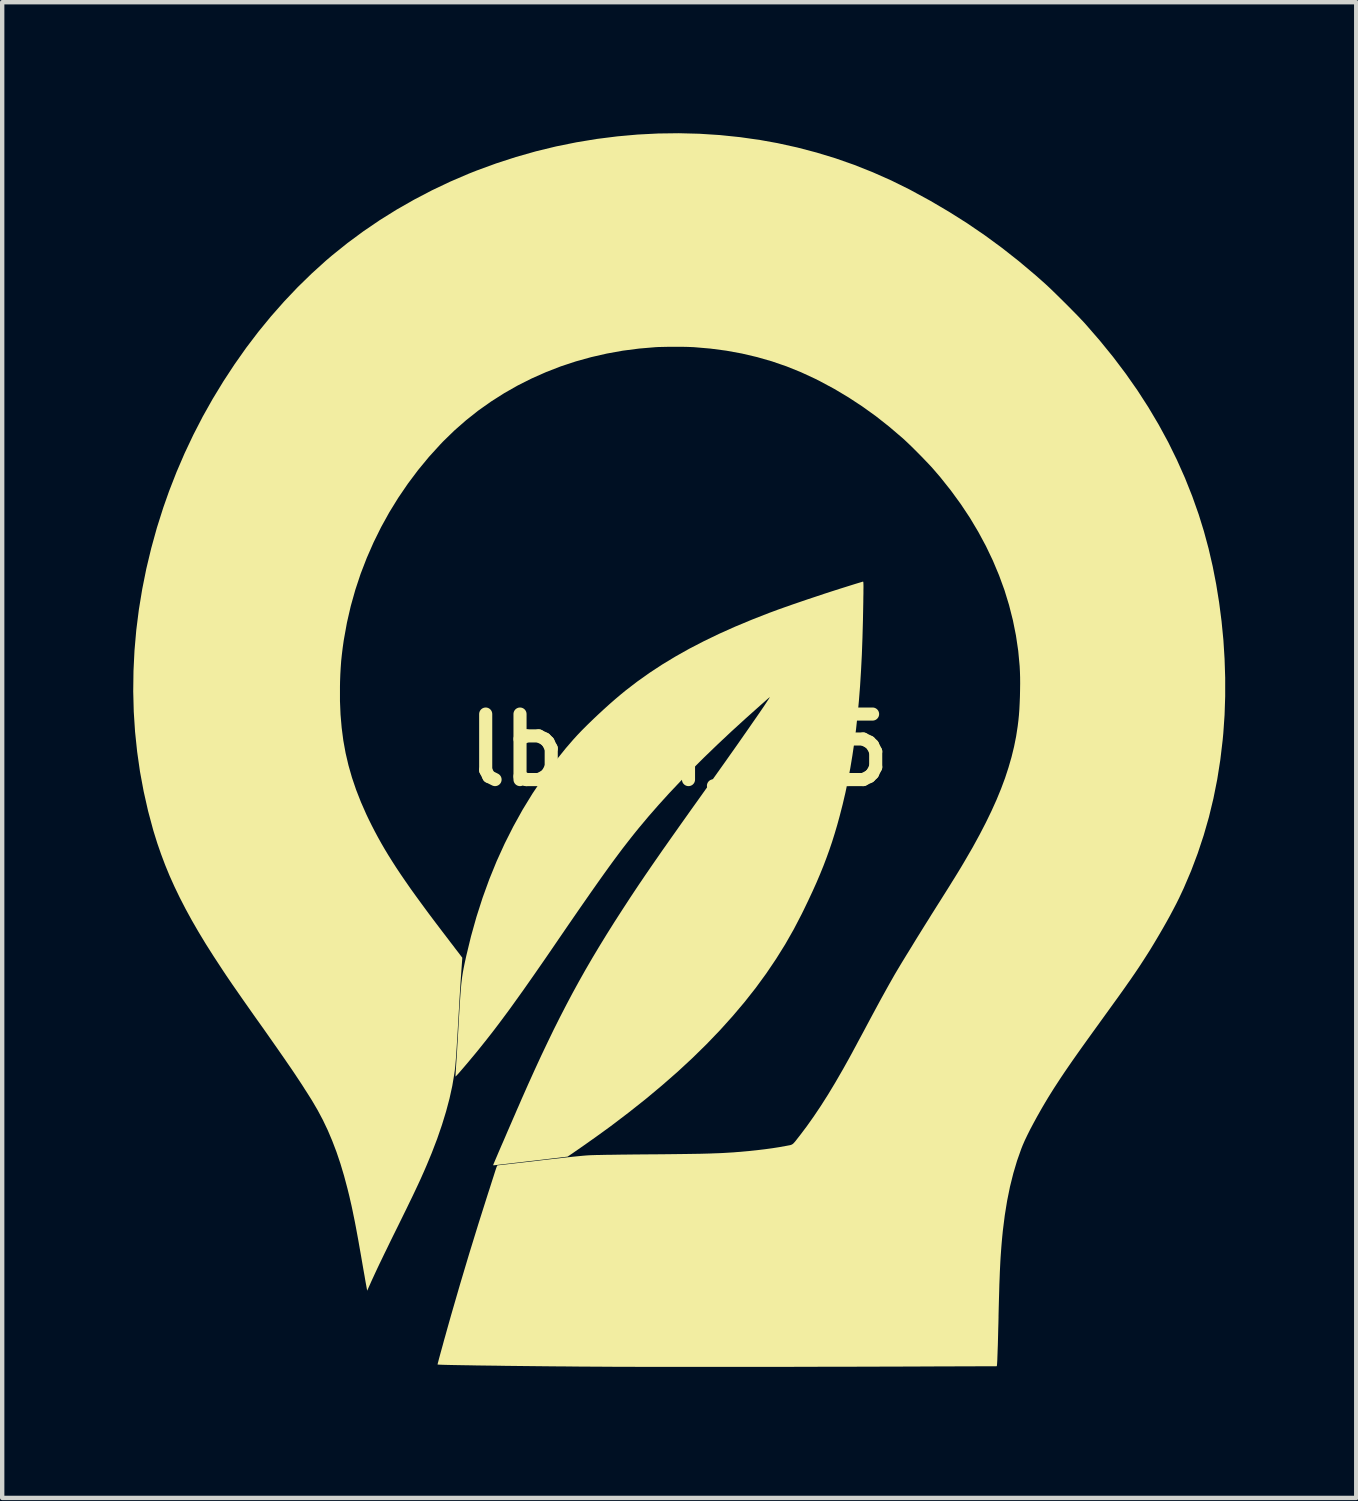
<source format=kicad_pcb>
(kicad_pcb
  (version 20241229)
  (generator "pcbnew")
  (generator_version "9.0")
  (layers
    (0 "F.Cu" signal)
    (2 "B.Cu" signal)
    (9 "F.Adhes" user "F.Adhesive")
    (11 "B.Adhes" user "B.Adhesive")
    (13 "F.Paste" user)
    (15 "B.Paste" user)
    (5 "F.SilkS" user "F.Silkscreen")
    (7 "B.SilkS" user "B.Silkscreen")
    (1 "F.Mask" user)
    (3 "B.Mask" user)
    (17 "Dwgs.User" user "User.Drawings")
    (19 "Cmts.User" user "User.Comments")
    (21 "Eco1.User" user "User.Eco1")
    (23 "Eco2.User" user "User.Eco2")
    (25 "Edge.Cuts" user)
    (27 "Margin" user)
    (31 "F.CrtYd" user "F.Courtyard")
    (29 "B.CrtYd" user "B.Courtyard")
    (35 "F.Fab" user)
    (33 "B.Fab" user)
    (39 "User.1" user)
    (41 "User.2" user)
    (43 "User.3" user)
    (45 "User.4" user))
  (footprint "lb_gr_25"
    (layer "F.Cu")
    (at 12.498 14.119)
    (property "Reference" "lb_gr_25" (at 0 0 0) (layer "F.SilkS") (effects (font (size 1.5 1.5) (thickness 0.3))))
    (attr board_only exclude_from_pos_files exclude_from_bom)
    (fp_poly (pts (xy 4.212 -3.852) (xy 4.215 -3.847) (xy 4.217 -3.837) (xy 4.218 -3.821) (xy 4.219 -3.796) (xy 4.22 -3.761) (xy 4.22 -3.716) (xy 4.219 -3.658) (xy 4.219 -3.585) (xy 4.217 -3.498) (xy 4.216 -3.393) (xy 4.216 -3.389) (xy 4.208 -2.971) (xy 4.197 -2.57) (xy 4.183 -2.186) (xy 4.164 -1.817) (xy 4.142 -1.462) (xy 4.115 -1.121) (xy 4.084 -0.792) (xy 4.05 -0.474) (xy 4.01 -0.167) (xy 3.966 0.13) (xy 3.918 0.419) (xy 3.865 0.701) (xy 3.807 0.976) (xy 3.744 1.245) (xy 3.676 1.51) (xy 3.619 1.718) (xy 3.561 1.914) (xy 3.502 2.102) (xy 3.439 2.288) (xy 3.373 2.471) (xy 3.303 2.655) (xy 3.227 2.842) (xy 3.145 3.035) (xy 3.055 3.235) (xy 2.957 3.445) (xy 2.85 3.667) (xy 2.801 3.766) (xy 2.623 4.108) (xy 2.43 4.447) (xy 2.221 4.782) (xy 1.997 5.114) (xy 1.757 5.443) (xy 1.5 5.769) (xy 1.227 6.092) (xy 0.938 6.413) (xy 0.631 6.733) (xy 0.308 7.05) (xy -0.033 7.366) (xy -0.392 7.68) (xy -0.768 7.994) (xy -1.162 8.306) (xy -1.574 8.619) (xy -1.919 8.869) (xy -1.983 8.914) (xy -2.051 8.962) (xy -2.12 9.011) (xy -2.191 9.061) (xy -2.26 9.109) (xy -2.325 9.154) (xy -2.386 9.196) (xy -2.44 9.234) (xy -2.486 9.265) (xy -2.522 9.289) (xy -2.546 9.305) (xy -2.556 9.311) (xy -2.567 9.312) (xy -2.594 9.315) (xy -2.636 9.321) (xy -2.692 9.327) (xy -2.76 9.336) (xy -2.839 9.345) (xy -2.927 9.355) (xy -3.022 9.367) (xy -3.122 9.379) (xy -3.228 9.391) (xy -3.335 9.404) (xy -3.444 9.416) (xy -3.552 9.429) (xy -3.658 9.442) (xy -3.76 9.453) (xy -3.857 9.465) (xy -3.947 9.475) (xy -4.028 9.485) (xy -4.099 9.493) (xy -4.159 9.5) (xy -4.205 9.505) (xy -4.236 9.508) (xy -4.251 9.51) (xy -4.252 9.51) (xy -4.256 9.503) (xy -4.254 9.494) (xy -4.25 9.482) (xy -4.238 9.455) (xy -4.221 9.414) (xy -4.198 9.36) (xy -4.17 9.295) (xy -4.138 9.219) (xy -4.102 9.136) (xy -4.063 9.045) (xy -4.021 8.95) (xy -3.978 8.85) (xy -3.934 8.747) (xy -3.889 8.643) (xy -3.844 8.54) (xy -3.8 8.438) (xy -3.757 8.34) (xy -3.717 8.246) (xy -3.678 8.158) (xy -3.643 8.078) (xy -3.614 8.01) (xy -3.459 7.66) (xy -3.308 7.326) (xy -3.161 7.007) (xy -3.015 6.7) (xy -2.872 6.404) (xy -2.728 6.117) (xy -2.584 5.838) (xy -2.439 5.564) (xy -2.291 5.294) (xy -2.14 5.026) (xy -1.984 4.758) (xy -1.823 4.489) (xy -1.656 4.217) (xy -1.482 3.94) (xy -1.299 3.656) (xy -1.114 3.372) (xy -1.047 3.271) (xy -0.981 3.172) (xy -0.915 3.073) (xy -0.847 2.973) (xy -0.778 2.871) (xy -0.706 2.766) (xy -0.632 2.658) (xy -0.554 2.545) (xy -0.471 2.426) (xy -0.384 2.3) (xy -0.29 2.167) (xy -0.191 2.026) (xy -0.084 1.875) (xy 0.03 1.713) (xy 0.153 1.54) (xy 0.284 1.355) (xy 0.426 1.157) (xy 0.553 0.978) (xy 0.684 0.794) (xy 0.812 0.613) (xy 0.937 0.437) (xy 1.058 0.267) (xy 1.174 0.102) (xy 1.286 -0.056) (xy 1.392 -0.207) (xy 1.492 -0.351) (xy 1.586 -0.485) (xy 1.673 -0.611) (xy 1.753 -0.726) (xy 1.826 -0.831) (xy 1.89 -0.925) (xy 1.946 -1.007) (xy 1.992 -1.077) (xy 2.029 -1.133) (xy 2.057 -1.175) (xy 2.072 -1.202) (xy 2.075 -1.206) (xy 2.075 -1.208) (xy 2.072 -1.207) (xy 2.065 -1.202) (xy 2.051 -1.19) (xy 2.03 -1.172) (xy 2 -1.146) (xy 1.96 -1.11) (xy 1.908 -1.064) (xy 1.868 -1.029) (xy 1.522 -0.72) (xy 1.192 -0.419) (xy 0.879 -0.125) (xy 0.58 0.163) (xy 0.296 0.445) (xy 0.027 0.721) (xy -0.229 0.992) (xy -0.471 1.259) (xy -0.701 1.522) (xy -0.918 1.781) (xy -0.928 1.793) (xy -1.001 1.883) (xy -1.074 1.974) (xy -1.147 2.067) (xy -1.221 2.162) (xy -1.297 2.26) (xy -1.374 2.363) (xy -1.454 2.47) (xy -1.538 2.584) (xy -1.625 2.704) (xy -1.717 2.832) (xy -1.814 2.968) (xy -1.917 3.114) (xy -2.026 3.269) (xy -2.142 3.436) (xy -2.266 3.614) (xy -2.398 3.805) (xy -2.539 4.01) (xy -2.689 4.229) (xy -2.753 4.322) (xy -2.908 4.549) (xy -3.054 4.762) (xy -3.192 4.961) (xy -3.321 5.147) (xy -3.443 5.321) (xy -3.558 5.485) (xy -3.668 5.639) (xy -3.772 5.784) (xy -3.871 5.922) (xy -3.967 6.052) (xy -4.06 6.177) (xy -4.15 6.297) (xy -4.238 6.413) (xy -4.325 6.525) (xy -4.412 6.636) (xy -4.5 6.746) (xy -4.588 6.856) (xy -4.595 6.865) (xy -4.65 6.932) (xy -4.707 7.001) (xy -4.765 7.07) (xy -4.822 7.139) (xy -4.878 7.205) (xy -4.931 7.267) (xy -4.98 7.324) (xy -5.023 7.374) (xy -5.06 7.416) (xy -5.089 7.447) (xy -5.109 7.468) (xy -5.119 7.476) (xy -5.12 7.476) (xy -5.12 7.467) (xy -5.119 7.44) (xy -5.117 7.401) (xy -5.114 7.349) (xy -5.11 7.288) (xy -5.106 7.221) (xy -5.105 7.204) (xy -5.1 7.133) (xy -5.094 7.049) (xy -5.088 6.953) (xy -5.082 6.85) (xy -5.076 6.744) (xy -5.069 6.638) (xy -5.064 6.537) (xy -5.062 6.515) (xy -5.052 6.335) (xy -5.043 6.173) (xy -5.034 6.026) (xy -5.026 5.894) (xy -5.019 5.775) (xy -5.012 5.669) (xy -5.005 5.573) (xy -4.998 5.487) (xy -4.992 5.409) (xy -4.985 5.338) (xy -4.977 5.273) (xy -4.97 5.212) (xy -4.961 5.154) (xy -4.952 5.097) (xy -4.942 5.041) (xy -4.931 4.984) (xy -4.919 4.925) (xy -4.906 4.863) (xy -4.891 4.796) (xy -4.875 4.722) (xy -4.765 4.267) (xy -4.64 3.821) (xy -4.5 3.385) (xy -4.346 2.96) (xy -4.177 2.545) (xy -3.993 2.141) (xy -3.795 1.749) (xy -3.583 1.367) (xy -3.357 0.998) (xy -3.117 0.64) (xy -2.863 0.295) (xy -2.595 -0.039) (xy -2.423 -0.238) (xy -2.331 -0.339) (xy -2.226 -0.449) (xy -2.11 -0.565) (xy -1.987 -0.685) (xy -1.857 -0.808) (xy -1.724 -0.931) (xy -1.591 -1.051) (xy -1.458 -1.167) (xy -1.329 -1.276) (xy -1.22 -1.365) (xy -0.957 -1.567) (xy -0.681 -1.763) (xy -0.392 -1.953) (xy -0.088 -2.137) (xy 0.23 -2.316) (xy 0.564 -2.489) (xy 0.914 -2.658) (xy 1.28 -2.822) (xy 1.664 -2.982) (xy 2.065 -3.139) (xy 2.128 -3.162) (xy 2.265 -3.213) (xy 2.417 -3.267) (xy 2.582 -3.325) (xy 2.757 -3.385) (xy 2.938 -3.447) (xy 3.125 -3.509) (xy 3.313 -3.572) (xy 3.501 -3.633) (xy 3.685 -3.692) (xy 3.864 -3.748) (xy 4.033 -3.801) (xy 4.192 -3.849) (xy 4.205 -3.853) (xy 4.209 -3.854)) (stroke (width 0) (type solid)) (fill yes) (layer "F.SilkS"))
    (fp_poly (pts (xy 0.463 -14.107) (xy 0.931 -14.077) (xy 1.396 -14.029) (xy 1.859 -13.963) (xy 2.254 -13.892) (xy 2.703 -13.793) (xy 3.145 -13.677) (xy 3.582 -13.544) (xy 4.013 -13.393) (xy 4.437 -13.224) (xy 4.856 -13.038) (xy 5.269 -12.834) (xy 5.308 -12.813) (xy 5.751 -12.572) (xy 6.179 -12.32) (xy 6.594 -12.058) (xy 6.998 -11.782) (xy 7.392 -11.493) (xy 7.778 -11.189) (xy 8.158 -10.869) (xy 8.387 -10.666) (xy 8.441 -10.616) (xy 8.505 -10.556) (xy 8.577 -10.486) (xy 8.656 -10.409) (xy 8.739 -10.327) (xy 8.824 -10.243) (xy 8.91 -10.157) (xy 8.994 -10.072) (xy 9.074 -9.991) (xy 9.148 -9.915) (xy 9.214 -9.845) (xy 9.27 -9.786) (xy 9.305 -9.747) (xy 9.628 -9.375) (xy 9.934 -8.999) (xy 10.221 -8.619) (xy 10.491 -8.234) (xy 10.743 -7.844) (xy 10.978 -7.448) (xy 11.196 -7.047) (xy 11.396 -6.64) (xy 11.58 -6.227) (xy 11.747 -5.808) (xy 11.894 -5.393) (xy 12.013 -5.009) (xy 12.12 -4.614) (xy 12.214 -4.208) (xy 12.295 -3.793) (xy 12.363 -3.371) (xy 12.418 -2.945) (xy 12.46 -2.515) (xy 12.487 -2.084) (xy 12.501 -1.654) (xy 12.501 -1.225) (xy 12.487 -0.801) (xy 12.458 -0.383) (xy 12.443 -0.224) (xy 12.389 0.23) (xy 12.319 0.674) (xy 12.232 1.109) (xy 12.129 1.536) (xy 12.009 1.954) (xy 11.873 2.365) (xy 11.721 2.768) (xy 11.552 3.164) (xy 11.447 3.388) (xy 11.385 3.513) (xy 11.313 3.651) (xy 11.235 3.798) (xy 11.15 3.951) (xy 11.06 4.109) (xy 10.968 4.267) (xy 10.875 4.423) (xy 10.783 4.575) (xy 10.694 4.715) (xy 10.646 4.79) (xy 10.598 4.864) (xy 10.55 4.938) (xy 10.5 5.013) (xy 10.448 5.09) (xy 10.393 5.17) (xy 10.335 5.255) (xy 10.271 5.345) (xy 10.203 5.443) (xy 10.128 5.548) (xy 10.047 5.662) (xy 9.957 5.786) (xy 9.859 5.922) (xy 9.752 6.07) (xy 9.635 6.232) (xy 9.611 6.266) (xy 9.469 6.462) (xy 9.338 6.644) (xy 9.217 6.813) (xy 9.105 6.971) (xy 9.001 7.119) (xy 8.905 7.258) (xy 8.816 7.388) (xy 8.733 7.512) (xy 8.656 7.63) (xy 8.583 7.742) (xy 8.514 7.852) (xy 8.448 7.958) (xy 8.385 8.063) (xy 8.323 8.168) (xy 8.288 8.229) (xy 8.198 8.388) (xy 8.115 8.54) (xy 8.039 8.683) (xy 7.972 8.817) (xy 7.914 8.938) (xy 7.866 9.048) (xy 7.834 9.128) (xy 7.736 9.405) (xy 7.65 9.695) (xy 7.574 10) (xy 7.509 10.32) (xy 7.455 10.654) (xy 7.411 11.003) (xy 7.396 11.154) (xy 7.386 11.263) (xy 7.377 11.372) (xy 7.369 11.481) (xy 7.361 11.592) (xy 7.354 11.707) (xy 7.348 11.827) (xy 7.342 11.954) (xy 7.337 12.09) (xy 7.331 12.236) (xy 7.327 12.393) (xy 7.322 12.565) (xy 7.317 12.751) (xy 7.312 12.955) (xy 7.312 12.989) (xy 7.309 13.126) (xy 7.305 13.26) (xy 7.302 13.388) (xy 7.299 13.51) (xy 7.296 13.623) (xy 7.292 13.727) (xy 7.289 13.819) (xy 7.286 13.899) (xy 7.284 13.965) (xy 7.281 14.015) (xy 7.279 14.048) (xy 7.279 14.052) (xy 7.273 14.109) (xy 5.725 14.114) (xy 5.38 14.116) (xy 5.032 14.117) (xy 4.681 14.118) (xy 4.329 14.119) (xy 3.977 14.12) (xy 3.625 14.121) (xy 3.274 14.121) (xy 2.926 14.122) (xy 2.581 14.123) (xy 2.24 14.123) (xy 1.904 14.123) (xy 1.574 14.124) (xy 1.251 14.124) (xy 0.936 14.124) (xy 0.629 14.124) (xy 0.332 14.124) (xy 0.046 14.124) (xy -0.229 14.124) (xy -0.491 14.124) (xy -0.74 14.123) (xy -0.975 14.123) (xy -1.195 14.122) (xy -1.398 14.122) (xy -1.585 14.121) (xy -1.714 14.12) (xy -1.896 14.119) (xy -2.082 14.118) (xy -2.272 14.117) (xy -2.464 14.115) (xy -2.658 14.113) (xy -2.852 14.112) (xy -3.047 14.11) (xy -3.24 14.108) (xy -3.432 14.106) (xy -3.621 14.104) (xy -3.806 14.102) (xy -3.986 14.1) (xy -4.161 14.097) (xy -4.33 14.095) (xy -4.491 14.093) (xy -4.644 14.091) (xy -4.788 14.088) (xy -4.922 14.086) (xy -5.045 14.084) (xy -5.156 14.082) (xy -5.255 14.08) (xy -5.34 14.078) (xy -5.41 14.076) (xy -5.465 14.074) (xy -5.504 14.072) (xy -5.526 14.071) (xy -5.53 14.07) (xy -5.529 14.06) (xy -5.523 14.034) (xy -5.512 13.993) (xy -5.498 13.938) (xy -5.48 13.872) (xy -5.459 13.794) (xy -5.435 13.708) (xy -5.409 13.614) (xy -5.382 13.513) (xy -5.352 13.408) (xy -5.322 13.3) (xy -5.291 13.189) (xy -5.26 13.079) (xy -5.229 12.969) (xy -5.215 12.92) (xy -5.014 12.227) (xy -4.807 11.535) (xy -4.592 10.838) (xy -4.368 10.131) (xy -4.352 10.083) (xy -4.325 9.999) (xy -4.299 9.917) (xy -4.274 9.839) (xy -4.251 9.768) (xy -4.231 9.705) (xy -4.215 9.655) (xy -4.204 9.62) (xy -4.202 9.615) (xy -4.186 9.567) (xy -4.173 9.532) (xy -4.162 9.513) (xy -4.157 9.51) (xy -4.146 9.509) (xy -4.118 9.506) (xy -4.074 9.501) (xy -4.015 9.494) (xy -3.943 9.486) (xy -3.858 9.476) (xy -3.762 9.465) (xy -3.657 9.453) (xy -3.543 9.44) (xy -3.421 9.426) (xy -3.293 9.411) (xy -3.188 9.398) (xy -3.023 9.379) (xy -2.876 9.362) (xy -2.745 9.348) (xy -2.629 9.334) (xy -2.526 9.323) (xy -2.435 9.313) (xy -2.354 9.305) (xy -2.283 9.298) (xy -2.22 9.292) (xy -2.165 9.287) (xy -2.114 9.283) (xy -2.068 9.28) (xy -2.025 9.278) (xy -2.003 9.277) (xy -1.963 9.276) (xy -1.907 9.274) (xy -1.834 9.273) (xy -1.748 9.271) (xy -1.649 9.269) (xy -1.538 9.268) (xy -1.418 9.266) (xy -1.29 9.264) (xy -1.154 9.263) (xy -1.013 9.261) (xy -0.869 9.26) (xy -0.722 9.259) (xy -0.661 9.258) (xy -0.451 9.257) (xy -0.259 9.255) (xy -0.083 9.253) (xy 0.079 9.251) (xy 0.227 9.249) (xy 0.363 9.247) (xy 0.487 9.245) (xy 0.602 9.242) (xy 0.709 9.239) (xy 0.808 9.235) (xy 0.902 9.232) (xy 0.991 9.228) (xy 1.076 9.223) (xy 1.159 9.218) (xy 1.242 9.213) (xy 1.325 9.206) (xy 1.409 9.2) (xy 1.439 9.197) (xy 1.614 9.181) (xy 1.79 9.162) (xy 1.965 9.141) (xy 2.134 9.118) (xy 2.293 9.093) (xy 2.437 9.067) (xy 2.454 9.064) (xy 2.496 9.056) (xy 2.529 9.05) (xy 2.555 9.044) (xy 2.577 9.035) (xy 2.598 9.023) (xy 2.618 9.006) (xy 2.64 8.982) (xy 2.668 8.949) (xy 2.701 8.906) (xy 2.744 8.851) (xy 2.761 8.83) (xy 2.92 8.619) (xy 3.081 8.392) (xy 3.244 8.149) (xy 3.41 7.888) (xy 3.577 7.611) (xy 3.748 7.315) (xy 3.779 7.26) (xy 3.813 7.199) (xy 3.847 7.138) (xy 3.883 7.074) (xy 3.92 7.006) (xy 3.96 6.933) (xy 4.003 6.852) (xy 4.051 6.764) (xy 4.104 6.664) (xy 4.164 6.553) (xy 4.231 6.429) (xy 4.294 6.31) (xy 4.388 6.134) (xy 4.474 5.974) (xy 4.554 5.826) (xy 4.627 5.691) (xy 4.696 5.567) (xy 4.76 5.451) (xy 4.82 5.344) (xy 4.878 5.242) (xy 4.933 5.145) (xy 4.988 5.052) (xy 5.043 4.96) (xy 5.098 4.868) (xy 5.155 4.775) (xy 5.213 4.68) (xy 5.239 4.639) (xy 5.272 4.585) (xy 5.31 4.523) (xy 5.351 4.456) (xy 5.393 4.387) (xy 5.428 4.33) (xy 5.458 4.281) (xy 5.498 4.217) (xy 5.544 4.143) (xy 5.596 4.059) (xy 5.653 3.968) (xy 5.713 3.873) (xy 5.774 3.774) (xy 5.836 3.676) (xy 5.893 3.585) (xy 5.982 3.445) (xy 6.061 3.319) (xy 6.133 3.205) (xy 6.197 3.103) (xy 6.254 3.01) (xy 6.307 2.926) (xy 6.355 2.848) (xy 6.399 2.776) (xy 6.441 2.707) (xy 6.481 2.64) (xy 6.52 2.574) (xy 6.55 2.523) (xy 6.721 2.228) (xy 6.877 1.943) (xy 7.02 1.667) (xy 7.149 1.401) (xy 7.266 1.142) (xy 7.37 0.889) (xy 7.462 0.642) (xy 7.541 0.4) (xy 7.61 0.161) (xy 7.668 -0.076) (xy 7.715 -0.311) (xy 7.751 -0.545) (xy 7.767 -0.675) (xy 7.779 -0.795) (xy 7.789 -0.928) (xy 7.796 -1.071) (xy 7.802 -1.22) (xy 7.805 -1.371) (xy 7.807 -1.52) (xy 7.806 -1.662) (xy 7.802 -1.794) (xy 7.796 -1.912) (xy 7.796 -1.916) (xy 7.763 -2.269) (xy 7.711 -2.62) (xy 7.641 -2.969) (xy 7.553 -3.316) (xy 7.448 -3.659) (xy 7.324 -3.998) (xy 7.183 -4.334) (xy 7.025 -4.665) (xy 6.849 -4.992) (xy 6.657 -5.314) (xy 6.447 -5.63) (xy 6.221 -5.94) (xy 5.979 -6.244) (xy 5.814 -6.436) (xy 5.762 -6.494) (xy 5.698 -6.562) (xy 5.626 -6.637) (xy 5.549 -6.717) (xy 5.468 -6.799) (xy 5.387 -6.88) (xy 5.308 -6.958) (xy 5.233 -7.03) (xy 5.166 -7.093) (xy 5.108 -7.146) (xy 5.104 -7.149) (xy 4.805 -7.404) (xy 4.503 -7.642) (xy 4.195 -7.863) (xy 3.88 -8.07) (xy 3.557 -8.263) (xy 3.222 -8.443) (xy 3.111 -8.499) (xy 2.789 -8.648) (xy 2.46 -8.781) (xy 2.126 -8.896) (xy 1.784 -8.994) (xy 1.435 -9.076) (xy 1.078 -9.141) (xy 0.713 -9.189) (xy 0.34 -9.221) (xy 0.273 -9.224) (xy 0.191 -9.227) (xy 0.098 -9.229) (xy -0.002 -9.23) (xy -0.106 -9.23) (xy -0.21 -9.23) (xy -0.31 -9.228) (xy -0.403 -9.226) (xy -0.484 -9.224) (xy -0.54 -9.221) (xy -0.917 -9.189) (xy -1.288 -9.141) (xy -1.654 -9.075) (xy -2.013 -8.993) (xy -2.366 -8.895) (xy -2.711 -8.781) (xy -3.048 -8.65) (xy -3.377 -8.504) (xy -3.697 -8.343) (xy -4.008 -8.166) (xy -4.308 -7.975) (xy -4.599 -7.769) (xy -4.878 -7.548) (xy -5.146 -7.313) (xy -5.402 -7.064) (xy -5.464 -6.999) (xy -5.728 -6.709) (xy -5.977 -6.407) (xy -6.211 -6.095) (xy -6.431 -5.772) (xy -6.635 -5.441) (xy -6.823 -5.101) (xy -6.995 -4.753) (xy -7.151 -4.397) (xy -7.291 -4.035) (xy -7.413 -3.667) (xy -7.518 -3.294) (xy -7.605 -2.916) (xy -7.674 -2.534) (xy -7.679 -2.506) (xy -7.702 -2.343) (xy -7.721 -2.189) (xy -7.737 -2.039) (xy -7.748 -1.887) (xy -7.757 -1.73) (xy -7.763 -1.563) (xy -7.765 -1.444) (xy -7.765 -1.12) (xy -7.752 -0.809) (xy -7.726 -0.508) (xy -7.688 -0.215) (xy -7.636 0.071) (xy -7.57 0.353) (xy -7.49 0.633) (xy -7.395 0.913) (xy -7.285 1.194) (xy -7.159 1.48) (xy -7.103 1.597) (xy -7.036 1.732) (xy -6.967 1.866) (xy -6.895 2) (xy -6.82 2.135) (xy -6.741 2.271) (xy -6.657 2.41) (xy -6.568 2.552) (xy -6.473 2.7) (xy -6.371 2.853) (xy -6.262 3.012) (xy -6.146 3.179) (xy -6.02 3.354) (xy -5.885 3.539) (xy -5.741 3.735) (xy -5.586 3.941) (xy -5.42 4.16) (xy -5.286 4.335) (xy -5.231 4.408) (xy -5.178 4.476) (xy -5.13 4.54) (xy -5.086 4.597) (xy -5.049 4.645) (xy -5.02 4.683) (xy -5 4.71) (xy -4.99 4.723) (xy -4.964 4.757) (xy -4.987 5.077) (xy -4.993 5.161) (xy -5 5.258) (xy -5.007 5.366) (xy -5.014 5.479) (xy -5.021 5.593) (xy -5.028 5.703) (xy -5.034 5.806) (xy -5.034 5.812) (xy -5.045 6.002) (xy -5.055 6.174) (xy -5.064 6.33) (xy -5.072 6.471) (xy -5.08 6.597) (xy -5.087 6.71) (xy -5.093 6.81) (xy -5.099 6.899) (xy -5.104 6.978) (xy -5.109 7.048) (xy -5.114 7.11) (xy -5.119 7.165) (xy -5.123 7.214) (xy -5.127 7.258) (xy -5.132 7.298) (xy -5.136 7.335) (xy -5.141 7.37) (xy -5.146 7.405) (xy -5.147 7.414) (xy -5.194 7.693) (xy -5.257 7.98) (xy -5.336 8.277) (xy -5.43 8.584) (xy -5.539 8.901) (xy -5.664 9.227) (xy -5.778 9.502) (xy -5.812 9.581) (xy -5.845 9.657) (xy -5.879 9.733) (xy -5.913 9.81) (xy -5.949 9.888) (xy -5.987 9.97) (xy -6.028 10.057) (xy -6.072 10.15) (xy -6.12 10.251) (xy -6.174 10.361) (xy -6.232 10.482) (xy -6.297 10.614) (xy -6.369 10.761) (xy -6.448 10.922) (xy -6.464 10.954) (xy -6.547 11.121) (xy -6.622 11.274) (xy -6.689 11.413) (xy -6.751 11.539) (xy -6.806 11.654) (xy -6.857 11.759) (xy -6.903 11.856) (xy -6.945 11.946) (xy -6.984 12.03) (xy -7.021 12.11) (xy -7.056 12.187) (xy -7.07 12.219) (xy -7.142 12.38) (xy -7.161 12.275) (xy -7.167 12.242) (xy -7.176 12.194) (xy -7.187 12.132) (xy -7.199 12.06) (xy -7.213 11.981) (xy -7.228 11.897) (xy -7.243 11.81) (xy -7.247 11.787) (xy -7.282 11.584) (xy -7.315 11.397) (xy -7.345 11.226) (xy -7.374 11.069) (xy -7.401 10.923) (xy -7.427 10.788) (xy -7.453 10.662) (xy -7.477 10.544) (xy -7.501 10.431) (xy -7.526 10.323) (xy -7.55 10.217) (xy -7.576 10.112) (xy -7.592 10.047) (xy -7.671 9.75) (xy -7.755 9.469) (xy -7.845 9.202) (xy -7.942 8.948) (xy -8.045 8.705) (xy -8.157 8.47) (xy -8.278 8.243) (xy -8.408 8.021) (xy -8.447 7.959) (xy -8.507 7.864) (xy -8.567 7.771) (xy -8.626 7.678) (xy -8.687 7.585) (xy -8.75 7.49) (xy -8.815 7.392) (xy -8.884 7.29) (xy -8.958 7.183) (xy -9.036 7.069) (xy -9.121 6.947) (xy -9.212 6.816) (xy -9.311 6.675) (xy -9.418 6.522) (xy -9.534 6.357) (xy -9.661 6.179) (xy -9.667 6.171) (xy -9.78 6.011) (xy -9.883 5.864) (xy -9.978 5.729) (xy -10.065 5.604) (xy -10.146 5.487) (xy -10.223 5.377) (xy -10.295 5.271) (xy -10.365 5.168) (xy -10.433 5.066) (xy -10.46 5.025) (xy -10.654 4.729) (xy -10.835 4.444) (xy -11.002 4.168) (xy -11.157 3.9) (xy -11.3 3.638) (xy -11.432 3.382) (xy -11.553 3.131) (xy -11.665 2.882) (xy -11.767 2.634) (xy -11.86 2.387) (xy -11.946 2.139) (xy -12.024 1.889) (xy -12.039 1.84) (xy -12.158 1.397) (xy -12.259 0.949) (xy -12.343 0.497) (xy -12.408 0.042) (xy -12.456 -0.417) (xy -12.486 -0.878) (xy -12.498 -1.342) (xy -12.492 -1.808) (xy -12.469 -2.275) (xy -12.428 -2.744) (xy -12.369 -3.212) (xy -12.292 -3.681) (xy -12.198 -4.15) (xy -12.086 -4.617) (xy -11.957 -5.084) (xy -11.81 -5.548) (xy -11.677 -5.925) (xy -11.507 -6.361) (xy -11.322 -6.791) (xy -11.122 -7.214) (xy -10.907 -7.631) (xy -10.678 -8.038) (xy -10.435 -8.437) (xy -10.18 -8.826) (xy -9.913 -9.205) (xy -9.634 -9.572) (xy -9.344 -9.926) (xy -9.043 -10.267) (xy -8.732 -10.595) (xy -8.412 -10.907) (xy -8.084 -11.204) (xy -7.944 -11.323) (xy -7.594 -11.604) (xy -7.23 -11.873) (xy -6.854 -12.129) (xy -6.466 -12.371) (xy -6.068 -12.598) (xy -5.659 -12.812) (xy -5.242 -13.01) (xy -4.816 -13.193) (xy -4.637 -13.264) (xy -4.189 -13.428) (xy -3.736 -13.575) (xy -3.278 -13.705) (xy -2.817 -13.817) (xy -2.352 -13.911) (xy -1.885 -13.988) (xy -1.417 -14.047) (xy -0.947 -14.089) (xy -0.476 -14.113) (xy -0.006 -14.119)) (stroke (width 0) (type solid)) (fill yes) (layer "F.SilkS")))
  (gr_rect
    (start -3 -3)
    (end 27.999 31.243)
    (stroke (width 0.1) (type default))
    (fill no)
    (layer "Edge.Cuts")))
</source>
